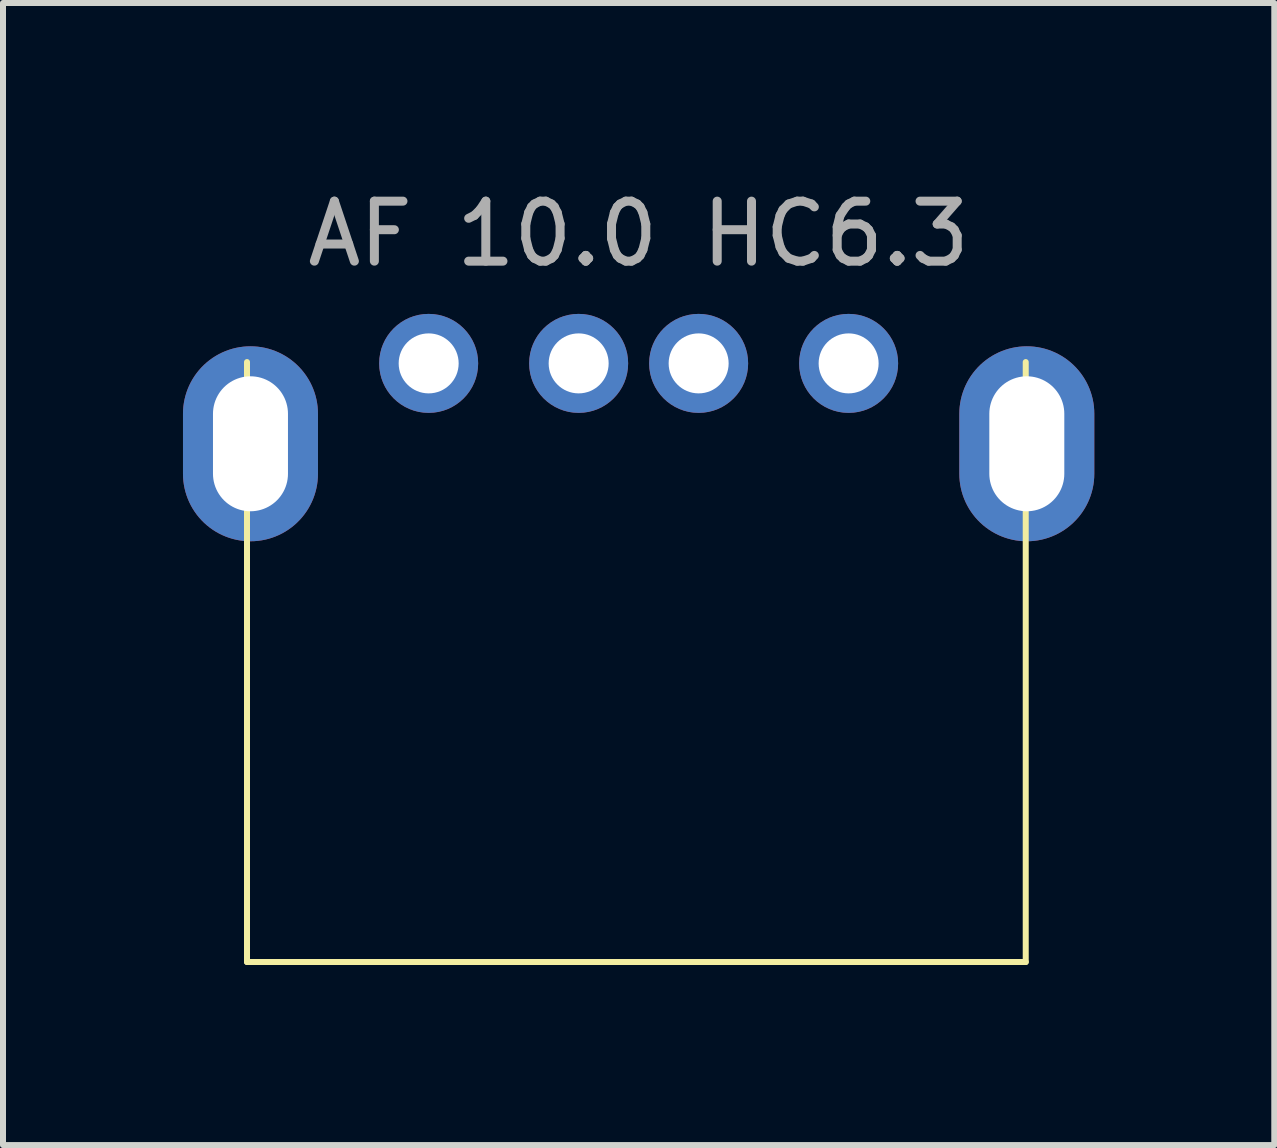
<source format=kicad_pcb>
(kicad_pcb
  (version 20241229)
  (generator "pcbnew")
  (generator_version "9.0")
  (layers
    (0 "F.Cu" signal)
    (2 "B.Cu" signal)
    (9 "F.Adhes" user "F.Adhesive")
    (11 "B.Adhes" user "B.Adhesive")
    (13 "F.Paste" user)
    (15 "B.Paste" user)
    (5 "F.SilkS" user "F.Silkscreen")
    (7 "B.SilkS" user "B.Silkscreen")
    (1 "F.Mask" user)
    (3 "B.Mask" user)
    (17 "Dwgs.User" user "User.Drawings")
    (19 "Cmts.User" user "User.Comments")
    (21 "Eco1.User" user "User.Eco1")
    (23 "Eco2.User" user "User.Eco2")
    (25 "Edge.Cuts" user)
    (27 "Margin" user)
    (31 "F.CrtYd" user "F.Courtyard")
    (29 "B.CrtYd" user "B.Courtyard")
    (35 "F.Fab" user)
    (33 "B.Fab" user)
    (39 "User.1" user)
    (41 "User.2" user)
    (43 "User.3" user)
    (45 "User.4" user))
  (footprint "AF 10.0 HC6.3"
    (layer "F.Cu")
    (at 7.595 3.007)
    (property "Reference" "AF 10.0 HC6.3" (at 0 -2.159 0) (unlocked yes) (layer "F.SilkS") (effects (font (size 1 1) (thickness 0.1))))
    (attr smd)
    (fp_line (start -6.528 -0.022) (end -6.528 9.978) (stroke (width 0.1) (type default)) (layer "F.SilkS"))
    (fp_line (start -6.528 9.978) (end 6.452 9.978) (stroke (width 0.1) (type default)) (layer "F.SilkS"))
    (fp_line (start 6.452 -0.022) (end 6.452 9.978) (stroke (width 0.1) (type default)) (layer "F.SilkS"))
    (fp_text user "${REFERENCE}" (at 0 -2.159 0) (unlocked yes) (layer "F.Fab") (effects (font (size 1 1) (thickness 0.15))))
    (pad "1" thru_hole circle (at -3.5 0) (size 1.65 1.65) (drill 1) (layers "*.Cu" "*.Mask"))
    (pad "2" thru_hole circle (at -1 0) (size 1.65 1.65) (drill 1) (layers "*.Cu" "*.Mask"))
    (pad "3" thru_hole circle (at 1 0) (size 1.65 1.65) (drill 1) (layers "*.Cu" "*.Mask"))
    (pad "4" thru_hole circle (at 3.5 0) (size 1.65 1.65) (drill 1) (layers "*.Cu" "*.Mask"))
    (pad "5" thru_hole oval (at -6.47 1.34) (size 2.25 3.25) (drill oval 1.25 2.25) (layers "*.Cu" "*.Mask"))
    (pad "5" thru_hole oval (at 6.47 1.34) (size 2.25 3.25) (drill oval 1.25 2.25) (layers "*.Cu" "*.Mask")))
  (gr_rect
    (start -3 -3)
    (end 18.19 16.036)
    (stroke (width 0.1) (type default))
    (fill no)
    (layer "Edge.Cuts")))
</source>
